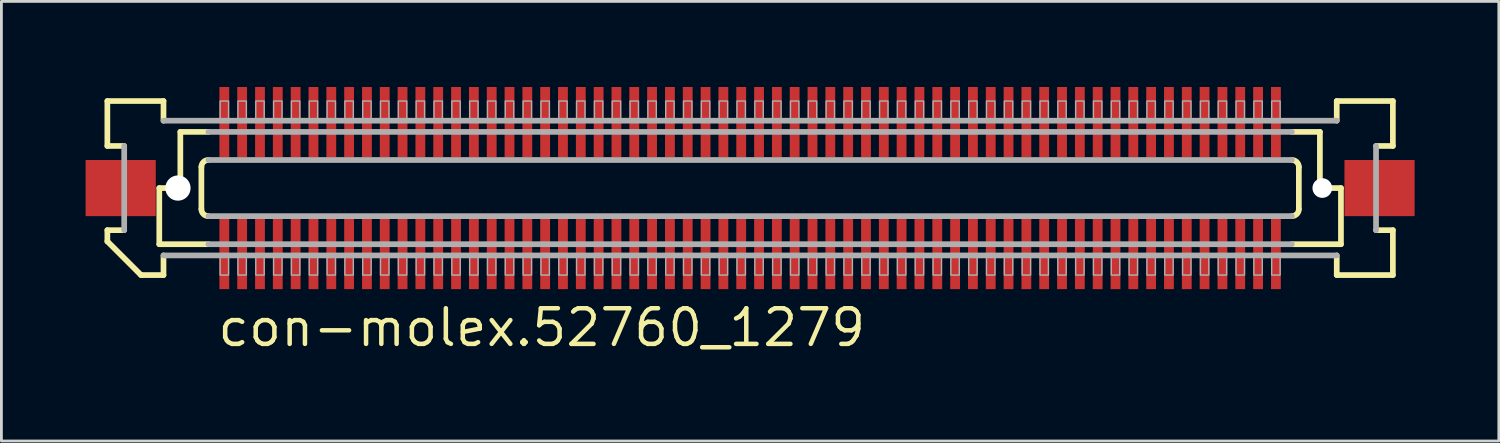
<source format=kicad_pcb>
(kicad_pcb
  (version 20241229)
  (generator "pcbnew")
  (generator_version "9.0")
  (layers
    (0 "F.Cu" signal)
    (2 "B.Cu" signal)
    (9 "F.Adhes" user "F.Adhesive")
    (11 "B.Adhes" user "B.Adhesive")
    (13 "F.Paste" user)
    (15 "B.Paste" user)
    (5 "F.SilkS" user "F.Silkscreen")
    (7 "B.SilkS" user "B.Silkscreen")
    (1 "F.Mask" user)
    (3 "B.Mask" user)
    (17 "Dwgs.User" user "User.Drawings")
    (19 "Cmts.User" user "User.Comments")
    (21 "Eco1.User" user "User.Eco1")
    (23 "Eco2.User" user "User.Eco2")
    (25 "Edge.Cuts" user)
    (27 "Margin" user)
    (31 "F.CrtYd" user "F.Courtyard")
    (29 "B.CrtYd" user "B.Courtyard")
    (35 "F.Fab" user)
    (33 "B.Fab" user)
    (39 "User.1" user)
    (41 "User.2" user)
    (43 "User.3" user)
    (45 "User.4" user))
  (footprint "con-molex.52760_1279"
    (layer "F.Cu")
    (at 23.675 3.65)
    (property "Reference" "con-molex.52760_1279" (at -19.05 5.715 0) (layer "F.SilkS") (effects (font (size 1.27 1.27) (thickness 0.16)) (justify left bottom)))
    (attr smd)
    (fp_rect (start -18.933 -1.075) (end -18.532 -3.625) (stroke (width 0.05) (type default)) (fill yes) (layer "F.Mask"))
    (fp_rect (start -18.933 3.625) (end -18.532 1.075) (stroke (width 0.05) (type default)) (fill yes) (layer "F.Mask"))
    (fp_rect (start -18.297 -1.075) (end -17.898 -3.625) (stroke (width 0.05) (type default)) (fill yes) (layer "F.Mask"))
    (fp_rect (start -18.297 3.625) (end -17.898 1.075) (stroke (width 0.05) (type default)) (fill yes) (layer "F.Mask"))
    (fp_rect (start -17.663 -1.075) (end -17.262 -3.625) (stroke (width 0.05) (type default)) (fill yes) (layer "F.Mask"))
    (fp_rect (start -17.663 3.625) (end -17.262 1.075) (stroke (width 0.05) (type default)) (fill yes) (layer "F.Mask"))
    (fp_rect (start -17.027 -1.075) (end -16.628 -3.625) (stroke (width 0.05) (type default)) (fill yes) (layer "F.Mask"))
    (fp_rect (start -17.027 3.625) (end -16.628 1.075) (stroke (width 0.05) (type default)) (fill yes) (layer "F.Mask"))
    (fp_rect (start -16.392 -1.075) (end -15.992 -3.625) (stroke (width 0.05) (type default)) (fill yes) (layer "F.Mask"))
    (fp_rect (start -16.392 3.625) (end -15.992 1.075) (stroke (width 0.05) (type default)) (fill yes) (layer "F.Mask"))
    (fp_rect (start -15.758 -1.075) (end -15.357 -3.625) (stroke (width 0.05) (type default)) (fill yes) (layer "F.Mask"))
    (fp_rect (start -15.758 3.625) (end -15.357 1.075) (stroke (width 0.05) (type default)) (fill yes) (layer "F.Mask"))
    (fp_rect (start -15.123 -1.075) (end -14.723 -3.625) (stroke (width 0.05) (type default)) (fill yes) (layer "F.Mask"))
    (fp_rect (start -15.123 3.625) (end -14.723 1.075) (stroke (width 0.05) (type default)) (fill yes) (layer "F.Mask"))
    (fp_rect (start -14.488 -1.075) (end -14.088 -3.625) (stroke (width 0.05) (type default)) (fill yes) (layer "F.Mask"))
    (fp_rect (start -14.488 3.625) (end -14.088 1.075) (stroke (width 0.05) (type default)) (fill yes) (layer "F.Mask"))
    (fp_rect (start -13.852 -1.075) (end -13.453 -3.625) (stroke (width 0.05) (type default)) (fill yes) (layer "F.Mask"))
    (fp_rect (start -13.852 3.625) (end -13.453 1.075) (stroke (width 0.05) (type default)) (fill yes) (layer "F.Mask"))
    (fp_rect (start -13.217 -1.075) (end -12.818 -3.625) (stroke (width 0.05) (type default)) (fill yes) (layer "F.Mask"))
    (fp_rect (start -13.217 3.625) (end -12.818 1.075) (stroke (width 0.05) (type default)) (fill yes) (layer "F.Mask"))
    (fp_rect (start -12.582 -1.075) (end -12.182 -3.625) (stroke (width 0.05) (type default)) (fill yes) (layer "F.Mask"))
    (fp_rect (start -12.582 3.625) (end -12.182 1.075) (stroke (width 0.05) (type default)) (fill yes) (layer "F.Mask"))
    (fp_rect (start -11.947 -1.075) (end -11.547 -3.625) (stroke (width 0.05) (type default)) (fill yes) (layer "F.Mask"))
    (fp_rect (start -11.947 3.625) (end -11.547 1.075) (stroke (width 0.05) (type default)) (fill yes) (layer "F.Mask"))
    (fp_rect (start -11.312 -1.075) (end -10.912 -3.625) (stroke (width 0.05) (type default)) (fill yes) (layer "F.Mask"))
    (fp_rect (start -11.312 3.625) (end -10.912 1.075) (stroke (width 0.05) (type default)) (fill yes) (layer "F.Mask"))
    (fp_rect (start -10.678 -1.075) (end -10.277 -3.625) (stroke (width 0.05) (type default)) (fill yes) (layer "F.Mask"))
    (fp_rect (start -10.678 3.625) (end -10.277 1.075) (stroke (width 0.05) (type default)) (fill yes) (layer "F.Mask"))
    (fp_rect (start -10.043 -1.075) (end -9.643 -3.625) (stroke (width 0.05) (type default)) (fill yes) (layer "F.Mask"))
    (fp_rect (start -10.043 3.625) (end -9.643 1.075) (stroke (width 0.05) (type default)) (fill yes) (layer "F.Mask"))
    (fp_rect (start -9.408 -1.075) (end -9.008 -3.625) (stroke (width 0.05) (type default)) (fill yes) (layer "F.Mask"))
    (fp_rect (start -9.408 3.625) (end -9.008 1.075) (stroke (width 0.05) (type default)) (fill yes) (layer "F.Mask"))
    (fp_rect (start -8.773 -1.075) (end -8.373 -3.625) (stroke (width 0.05) (type default)) (fill yes) (layer "F.Mask"))
    (fp_rect (start -8.773 3.625) (end -8.373 1.075) (stroke (width 0.05) (type default)) (fill yes) (layer "F.Mask"))
    (fp_rect (start -8.137 -1.075) (end -7.737 -3.625) (stroke (width 0.05) (type default)) (fill yes) (layer "F.Mask"))
    (fp_rect (start -8.137 3.625) (end -7.737 1.075) (stroke (width 0.05) (type default)) (fill yes) (layer "F.Mask"))
    (fp_rect (start -7.503 -1.075) (end -7.103 -3.625) (stroke (width 0.05) (type default)) (fill yes) (layer "F.Mask"))
    (fp_rect (start -7.503 3.625) (end -7.103 1.075) (stroke (width 0.05) (type default)) (fill yes) (layer "F.Mask"))
    (fp_rect (start -6.867 -1.075) (end -6.468 -3.625) (stroke (width 0.05) (type default)) (fill yes) (layer "F.Mask"))
    (fp_rect (start -6.867 3.625) (end -6.468 1.075) (stroke (width 0.05) (type default)) (fill yes) (layer "F.Mask"))
    (fp_rect (start -6.232 -1.075) (end -5.832 -3.625) (stroke (width 0.05) (type default)) (fill yes) (layer "F.Mask"))
    (fp_rect (start -6.232 3.625) (end -5.832 1.075) (stroke (width 0.05) (type default)) (fill yes) (layer "F.Mask"))
    (fp_rect (start -5.598 -1.075) (end -5.197 -3.625) (stroke (width 0.05) (type default)) (fill yes) (layer "F.Mask"))
    (fp_rect (start -5.598 3.625) (end -5.197 1.075) (stroke (width 0.05) (type default)) (fill yes) (layer "F.Mask"))
    (fp_rect (start -4.963 -1.075) (end -4.562 -3.625) (stroke (width 0.05) (type default)) (fill yes) (layer "F.Mask"))
    (fp_rect (start -4.963 3.625) (end -4.562 1.075) (stroke (width 0.05) (type default)) (fill yes) (layer "F.Mask"))
    (fp_rect (start -4.327 -1.075) (end -3.928 -3.625) (stroke (width 0.05) (type default)) (fill yes) (layer "F.Mask"))
    (fp_rect (start -4.327 3.625) (end -3.928 1.075) (stroke (width 0.05) (type default)) (fill yes) (layer "F.Mask"))
    (fp_rect (start -3.692 -1.075) (end -3.292 -3.625) (stroke (width 0.05) (type default)) (fill yes) (layer "F.Mask"))
    (fp_rect (start -3.692 3.625) (end -3.292 1.075) (stroke (width 0.05) (type default)) (fill yes) (layer "F.Mask"))
    (fp_rect (start -3.058 -1.075) (end -2.658 -3.625) (stroke (width 0.05) (type default)) (fill yes) (layer "F.Mask"))
    (fp_rect (start -3.058 3.625) (end -2.658 1.075) (stroke (width 0.05) (type default)) (fill yes) (layer "F.Mask"))
    (fp_rect (start -2.422 -1.075) (end -2.022 -3.625) (stroke (width 0.05) (type default)) (fill yes) (layer "F.Mask"))
    (fp_rect (start -2.422 3.625) (end -2.022 1.075) (stroke (width 0.05) (type default)) (fill yes) (layer "F.Mask"))
    (fp_rect (start -1.788 -1.075) (end -1.387 -3.625) (stroke (width 0.05) (type default)) (fill yes) (layer "F.Mask"))
    (fp_rect (start -1.788 3.625) (end -1.387 1.075) (stroke (width 0.05) (type default)) (fill yes) (layer "F.Mask"))
    (fp_rect (start -1.153 -1.075) (end -0.752 -3.625) (stroke (width 0.05) (type default)) (fill yes) (layer "F.Mask"))
    (fp_rect (start -1.153 3.625) (end -0.752 1.075) (stroke (width 0.05) (type default)) (fill yes) (layer "F.Mask"))
    (fp_rect (start -0.517 -1.075) (end -0.117 -3.625) (stroke (width 0.05) (type default)) (fill yes) (layer "F.Mask"))
    (fp_rect (start -0.517 3.625) (end -0.117 1.075) (stroke (width 0.05) (type default)) (fill yes) (layer "F.Mask"))
    (fp_rect (start 0.117 -1.075) (end 0.517 -3.625) (stroke (width 0.05) (type default)) (fill yes) (layer "F.Mask"))
    (fp_rect (start 0.117 3.625) (end 0.517 1.075) (stroke (width 0.05) (type default)) (fill yes) (layer "F.Mask"))
    (fp_rect (start 0.752 -1.075) (end 1.153 -3.625) (stroke (width 0.05) (type default)) (fill yes) (layer "F.Mask"))
    (fp_rect (start 0.752 3.625) (end 1.153 1.075) (stroke (width 0.05) (type default)) (fill yes) (layer "F.Mask"))
    (fp_rect (start 1.387 -1.075) (end 1.788 -3.625) (stroke (width 0.05) (type default)) (fill yes) (layer "F.Mask"))
    (fp_rect (start 1.387 3.625) (end 1.788 1.075) (stroke (width 0.05) (type default)) (fill yes) (layer "F.Mask"))
    (fp_rect (start 2.022 -1.075) (end 2.422 -3.625) (stroke (width 0.05) (type default)) (fill yes) (layer "F.Mask"))
    (fp_rect (start 2.022 3.625) (end 2.422 1.075) (stroke (width 0.05) (type default)) (fill yes) (layer "F.Mask"))
    (fp_rect (start 2.658 -1.075) (end 3.058 -3.625) (stroke (width 0.05) (type default)) (fill yes) (layer "F.Mask"))
    (fp_rect (start 2.658 3.625) (end 3.058 1.075) (stroke (width 0.05) (type default)) (fill yes) (layer "F.Mask"))
    (fp_rect (start 3.292 -1.075) (end 3.692 -3.625) (stroke (width 0.05) (type default)) (fill yes) (layer "F.Mask"))
    (fp_rect (start 3.292 3.625) (end 3.692 1.075) (stroke (width 0.05) (type default)) (fill yes) (layer "F.Mask"))
    (fp_rect (start 3.928 -1.075) (end 4.327 -3.625) (stroke (width 0.05) (type default)) (fill yes) (layer "F.Mask"))
    (fp_rect (start 3.928 3.625) (end 4.327 1.075) (stroke (width 0.05) (type default)) (fill yes) (layer "F.Mask"))
    (fp_rect (start 4.562 -1.075) (end 4.963 -3.625) (stroke (width 0.05) (type default)) (fill yes) (layer "F.Mask"))
    (fp_rect (start 4.562 3.625) (end 4.963 1.075) (stroke (width 0.05) (type default)) (fill yes) (layer "F.Mask"))
    (fp_rect (start 5.197 -1.075) (end 5.598 -3.625) (stroke (width 0.05) (type default)) (fill yes) (layer "F.Mask"))
    (fp_rect (start 5.197 3.625) (end 5.598 1.075) (stroke (width 0.05) (type default)) (fill yes) (layer "F.Mask"))
    (fp_rect (start 5.832 -1.075) (end 6.232 -3.625) (stroke (width 0.05) (type default)) (fill yes) (layer "F.Mask"))
    (fp_rect (start 5.832 3.625) (end 6.232 1.075) (stroke (width 0.05) (type default)) (fill yes) (layer "F.Mask"))
    (fp_rect (start 6.468 -1.075) (end 6.867 -3.625) (stroke (width 0.05) (type default)) (fill yes) (layer "F.Mask"))
    (fp_rect (start 6.468 3.625) (end 6.867 1.075) (stroke (width 0.05) (type default)) (fill yes) (layer "F.Mask"))
    (fp_rect (start 7.103 -1.075) (end 7.503 -3.625) (stroke (width 0.05) (type default)) (fill yes) (layer "F.Mask"))
    (fp_rect (start 7.103 3.625) (end 7.503 1.075) (stroke (width 0.05) (type default)) (fill yes) (layer "F.Mask"))
    (fp_rect (start 7.737 -1.075) (end 8.137 -3.625) (stroke (width 0.05) (type default)) (fill yes) (layer "F.Mask"))
    (fp_rect (start 7.737 3.625) (end 8.137 1.075) (stroke (width 0.05) (type default)) (fill yes) (layer "F.Mask"))
    (fp_rect (start 8.373 -1.075) (end 8.773 -3.625) (stroke (width 0.05) (type default)) (fill yes) (layer "F.Mask"))
    (fp_rect (start 8.373 3.625) (end 8.773 1.075) (stroke (width 0.05) (type default)) (fill yes) (layer "F.Mask"))
    (fp_rect (start 9.008 -1.075) (end 9.408 -3.625) (stroke (width 0.05) (type default)) (fill yes) (layer "F.Mask"))
    (fp_rect (start 9.008 3.625) (end 9.408 1.075) (stroke (width 0.05) (type default)) (fill yes) (layer "F.Mask"))
    (fp_rect (start 9.643 -1.075) (end 10.043 -3.625) (stroke (width 0.05) (type default)) (fill yes) (layer "F.Mask"))
    (fp_rect (start 9.643 3.625) (end 10.043 1.075) (stroke (width 0.05) (type default)) (fill yes) (layer "F.Mask"))
    (fp_rect (start 10.277 -1.075) (end 10.678 -3.625) (stroke (width 0.05) (type default)) (fill yes) (layer "F.Mask"))
    (fp_rect (start 10.277 3.625) (end 10.678 1.075) (stroke (width 0.05) (type default)) (fill yes) (layer "F.Mask"))
    (fp_rect (start 10.912 -1.075) (end 11.312 -3.625) (stroke (width 0.05) (type default)) (fill yes) (layer "F.Mask"))
    (fp_rect (start 10.912 3.625) (end 11.312 1.075) (stroke (width 0.05) (type default)) (fill yes) (layer "F.Mask"))
    (fp_rect (start 11.547 -1.075) (end 11.947 -3.625) (stroke (width 0.05) (type default)) (fill yes) (layer "F.Mask"))
    (fp_rect (start 11.547 3.625) (end 11.947 1.075) (stroke (width 0.05) (type default)) (fill yes) (layer "F.Mask"))
    (fp_rect (start 12.182 -1.075) (end 12.582 -3.625) (stroke (width 0.05) (type default)) (fill yes) (layer "F.Mask"))
    (fp_rect (start 12.182 3.625) (end 12.582 1.075) (stroke (width 0.05) (type default)) (fill yes) (layer "F.Mask"))
    (fp_rect (start 12.818 -1.075) (end 13.217 -3.625) (stroke (width 0.05) (type default)) (fill yes) (layer "F.Mask"))
    (fp_rect (start 12.818 3.625) (end 13.217 1.075) (stroke (width 0.05) (type default)) (fill yes) (layer "F.Mask"))
    (fp_rect (start 13.453 -1.075) (end 13.852 -3.625) (stroke (width 0.05) (type default)) (fill yes) (layer "F.Mask"))
    (fp_rect (start 13.453 3.625) (end 13.852 1.075) (stroke (width 0.05) (type default)) (fill yes) (layer "F.Mask"))
    (fp_rect (start 14.088 -1.075) (end 14.488 -3.625) (stroke (width 0.05) (type default)) (fill yes) (layer "F.Mask"))
    (fp_rect (start 14.088 3.625) (end 14.488 1.075) (stroke (width 0.05) (type default)) (fill yes) (layer "F.Mask"))
    (fp_rect (start 14.723 -1.075) (end 15.123 -3.625) (stroke (width 0.05) (type default)) (fill yes) (layer "F.Mask"))
    (fp_rect (start 14.723 3.625) (end 15.123 1.075) (stroke (width 0.05) (type default)) (fill yes) (layer "F.Mask"))
    (fp_rect (start 15.357 -1.075) (end 15.758 -3.625) (stroke (width 0.05) (type default)) (fill yes) (layer "F.Mask"))
    (fp_rect (start 15.357 3.625) (end 15.758 1.075) (stroke (width 0.05) (type default)) (fill yes) (layer "F.Mask"))
    (fp_rect (start 15.992 -1.075) (end 16.392 -3.625) (stroke (width 0.05) (type default)) (fill yes) (layer "F.Mask"))
    (fp_rect (start 15.992 3.625) (end 16.392 1.075) (stroke (width 0.05) (type default)) (fill yes) (layer "F.Mask"))
    (fp_rect (start 16.628 -1.075) (end 17.027 -3.625) (stroke (width 0.05) (type default)) (fill yes) (layer "F.Mask"))
    (fp_rect (start 16.628 3.625) (end 17.027 1.075) (stroke (width 0.05) (type default)) (fill yes) (layer "F.Mask"))
    (fp_rect (start 17.262 -1.075) (end 17.663 -3.625) (stroke (width 0.05) (type default)) (fill yes) (layer "F.Mask"))
    (fp_rect (start 17.262 3.625) (end 17.663 1.075) (stroke (width 0.05) (type default)) (fill yes) (layer "F.Mask"))
    (fp_rect (start 17.898 -1.075) (end 18.297 -3.625) (stroke (width 0.05) (type default)) (fill yes) (layer "F.Mask"))
    (fp_rect (start 17.898 3.625) (end 18.297 1.075) (stroke (width 0.05) (type default)) (fill yes) (layer "F.Mask"))
    (fp_rect (start 18.532 -1.075) (end 18.933 -3.625) (stroke (width 0.05) (type default)) (fill yes) (layer "F.Mask"))
    (fp_rect (start 18.532 3.625) (end 18.933 1.075) (stroke (width 0.05) (type default)) (fill yes) (layer "F.Mask"))
    (fp_line (start -22.9 -3.1) (end -20.9 -3.1) (stroke (width 0.203) (type default)) (layer "F.SilkS"))
    (fp_line (start -22.9 -1.5) (end -22.9 -3.1) (stroke (width 0.203) (type default)) (layer "F.SilkS"))
    (fp_line (start -22.9 1.5) (end -22.3 1.5) (stroke (width 0.203) (type default)) (layer "F.SilkS"))
    (fp_line (start -22.9 1.9) (end -22.9 1.5) (stroke (width 0.203) (type default)) (layer "F.SilkS"))
    (fp_line (start -22.3 -1.5) (end -22.9 -1.5) (stroke (width 0.203) (type default)) (layer "F.SilkS"))
    (fp_line (start -21.7 3.1) (end -22.9 1.9) (stroke (width 0.203) (type default)) (layer "F.SilkS"))
    (fp_line (start -21.05 0) (end -21.05 2) (stroke (width 0.203) (type default)) (layer "F.SilkS"))
    (fp_line (start -21.05 2) (end -19.3 2) (stroke (width 0.203) (type default)) (layer "F.SilkS"))
    (fp_line (start -20.9 -3.1) (end -20.9 -2.4) (stroke (width 0.203) (type default)) (layer "F.SilkS"))
    (fp_line (start -20.9 2.4) (end -20.9 3.1) (stroke (width 0.203) (type default)) (layer "F.SilkS"))
    (fp_line (start -20.9 3.1) (end -21.7 3.1) (stroke (width 0.203) (type default)) (layer "F.SilkS"))
    (fp_line (start -20.3 -2) (end -20.3 0) (stroke (width 0.203) (type default)) (layer "F.SilkS"))
    (fp_line (start -20.3 0) (end -21.05 0) (stroke (width 0.203) (type default)) (layer "F.SilkS"))
    (fp_line (start -19.55 0.75) (end -19.55 -0.75) (stroke (width 0.203) (type default)) (layer "F.SilkS"))
    (fp_line (start -19.3 -2) (end -20.3 -2) (stroke (width 0.203) (type default)) (layer "F.SilkS"))
    (fp_line (start 19.3 2) (end 21.05 2) (stroke (width 0.203) (type default)) (layer "F.SilkS"))
    (fp_line (start 19.55 -0.75) (end 19.55 0.75) (stroke (width 0.203) (type default)) (layer "F.SilkS"))
    (fp_line (start 20.3 -2) (end 19.3 -2) (stroke (width 0.203) (type default)) (layer "F.SilkS"))
    (fp_line (start 20.3 -2) (end 20.3 0) (stroke (width 0.203) (type default)) (layer "F.SilkS"))
    (fp_line (start 20.9 -3.1) (end 22.9 -3.1) (stroke (width 0.203) (type default)) (layer "F.SilkS"))
    (fp_line (start 20.9 -2.4) (end 20.9 -3.1) (stroke (width 0.203) (type default)) (layer "F.SilkS"))
    (fp_line (start 20.9 3.1) (end 20.9 2.4) (stroke (width 0.203) (type default)) (layer "F.SilkS"))
    (fp_line (start 21.05 0) (end 20.3 0) (stroke (width 0.203) (type default)) (layer "F.SilkS"))
    (fp_line (start 21.05 0) (end 21.05 2) (stroke (width 0.203) (type default)) (layer "F.SilkS"))
    (fp_line (start 22.3 1.5) (end 22.9 1.5) (stroke (width 0.203) (type default)) (layer "F.SilkS"))
    (fp_line (start 22.9 -3.1) (end 22.9 -1.5) (stroke (width 0.203) (type default)) (layer "F.SilkS"))
    (fp_line (start 22.9 -1.5) (end 22.3 -1.5) (stroke (width 0.203) (type default)) (layer "F.SilkS"))
    (fp_line (start 22.9 1.5) (end 22.9 3.1) (stroke (width 0.203) (type default)) (layer "F.SilkS"))
    (fp_line (start 22.9 3.1) (end 20.9 3.1) (stroke (width 0.203) (type default)) (layer "F.SilkS"))
    (fp_arc (start -19.55 -0.75) (mid -19.476777 -0.926777) (end -19.3 -1) (stroke (width 0.2032) (type default)) (layer "F.SilkS"))
    (fp_arc (start -19.3 1) (mid -19.476777 0.926777) (end -19.55 0.75) (stroke (width 0.2032) (type default)) (layer "F.SilkS"))
    (fp_arc (start 19.3 -1) (mid 19.476777 -0.926777) (end 19.55 -0.75) (stroke (width 0.2032) (type default)) (layer "F.SilkS"))
    (fp_arc (start 19.55 0.75) (mid 19.476777 0.926777) (end 19.3 1) (stroke (width 0.2032) (type default)) (layer "F.SilkS"))
    (fp_line (start -22.3 1.5) (end -22.3 -1.5) (stroke (width 0.203) (type default)) (layer "F.Fab"))
    (fp_line (start -20.9 -2.4) (end 20.9 -2.4) (stroke (width 0.203) (type default)) (layer "F.Fab"))
    (fp_line (start -19.3 -1) (end 19.3 -1) (stroke (width 0.203) (type default)) (layer "F.Fab"))
    (fp_line (start -19.3 2) (end 19.3 2) (stroke (width 0.203) (type default)) (layer "F.Fab"))
    (fp_line (start 19.3 -2) (end -19.3 -2) (stroke (width 0.203) (type default)) (layer "F.Fab"))
    (fp_line (start 19.3 1) (end -19.3 1) (stroke (width 0.203) (type default)) (layer "F.Fab"))
    (fp_line (start 20.9 2.4) (end -20.9 2.4) (stroke (width 0.203) (type default)) (layer "F.Fab"))
    (fp_line (start 22.3 -1.5) (end 22.3 1.5) (stroke (width 0.203) (type default)) (layer "F.Fab"))
    (fp_rect (start -18.883 -2.375) (end -18.582 -3.1) (stroke (width 0.05) (type default)) (fill no) (layer "F.Fab"))
    (fp_rect (start -18.883 3.1) (end -18.582 2.375) (stroke (width 0.05) (type default)) (fill no) (layer "F.Fab"))
    (fp_rect (start -18.247 -2.375) (end -17.948 -3.1) (stroke (width 0.05) (type default)) (fill no) (layer "F.Fab"))
    (fp_rect (start -18.247 3.1) (end -17.948 2.375) (stroke (width 0.05) (type default)) (fill no) (layer "F.Fab"))
    (fp_rect (start -17.613 -2.375) (end -17.312 -3.1) (stroke (width 0.05) (type default)) (fill no) (layer "F.Fab"))
    (fp_rect (start -17.613 3.1) (end -17.312 2.375) (stroke (width 0.05) (type default)) (fill no) (layer "F.Fab"))
    (fp_rect (start -16.977 -2.375) (end -16.677 -3.1) (stroke (width 0.05) (type default)) (fill no) (layer "F.Fab"))
    (fp_rect (start -16.977 3.1) (end -16.677 2.375) (stroke (width 0.05) (type default)) (fill no) (layer "F.Fab"))
    (fp_rect (start -16.343 -2.375) (end -16.043 -3.1) (stroke (width 0.05) (type default)) (fill no) (layer "F.Fab"))
    (fp_rect (start -16.343 3.1) (end -16.043 2.375) (stroke (width 0.05) (type default)) (fill no) (layer "F.Fab"))
    (fp_rect (start -15.707 -2.375) (end -15.408 -3.1) (stroke (width 0.05) (type default)) (fill no) (layer "F.Fab"))
    (fp_rect (start -15.707 3.1) (end -15.408 2.375) (stroke (width 0.05) (type default)) (fill no) (layer "F.Fab"))
    (fp_rect (start -15.072 -2.375) (end -14.773 -3.1) (stroke (width 0.05) (type default)) (fill no) (layer "F.Fab"))
    (fp_rect (start -15.072 3.1) (end -14.773 2.375) (stroke (width 0.05) (type default)) (fill no) (layer "F.Fab"))
    (fp_rect (start -14.438 -2.375) (end -14.137 -3.1) (stroke (width 0.05) (type default)) (fill no) (layer "F.Fab"))
    (fp_rect (start -14.438 3.1) (end -14.137 2.375) (stroke (width 0.05) (type default)) (fill no) (layer "F.Fab"))
    (fp_rect (start -13.803 -2.375) (end -13.502 -3.1) (stroke (width 0.05) (type default)) (fill no) (layer "F.Fab"))
    (fp_rect (start -13.803 3.1) (end -13.502 2.375) (stroke (width 0.05) (type default)) (fill no) (layer "F.Fab"))
    (fp_rect (start -13.168 -2.375) (end -12.867 -3.1) (stroke (width 0.05) (type default)) (fill no) (layer "F.Fab"))
    (fp_rect (start -13.168 3.1) (end -12.867 2.375) (stroke (width 0.05) (type default)) (fill no) (layer "F.Fab"))
    (fp_rect (start -12.533 -2.375) (end -12.232 -3.1) (stroke (width 0.05) (type default)) (fill no) (layer "F.Fab"))
    (fp_rect (start -12.533 3.1) (end -12.232 2.375) (stroke (width 0.05) (type default)) (fill no) (layer "F.Fab"))
    (fp_rect (start -11.898 -2.375) (end -11.598 -3.1) (stroke (width 0.05) (type default)) (fill no) (layer "F.Fab"))
    (fp_rect (start -11.898 3.1) (end -11.598 2.375) (stroke (width 0.05) (type default)) (fill no) (layer "F.Fab"))
    (fp_rect (start -11.262 -2.375) (end -10.963 -3.1) (stroke (width 0.05) (type default)) (fill no) (layer "F.Fab"))
    (fp_rect (start -11.262 3.1) (end -10.963 2.375) (stroke (width 0.05) (type default)) (fill no) (layer "F.Fab"))
    (fp_rect (start -10.627 -2.375) (end -10.328 -3.1) (stroke (width 0.05) (type default)) (fill no) (layer "F.Fab"))
    (fp_rect (start -10.627 3.1) (end -10.328 2.375) (stroke (width 0.05) (type default)) (fill no) (layer "F.Fab"))
    (fp_rect (start -9.992 -2.375) (end -9.693 -3.1) (stroke (width 0.05) (type default)) (fill no) (layer "F.Fab"))
    (fp_rect (start -9.992 3.1) (end -9.693 2.375) (stroke (width 0.05) (type default)) (fill no) (layer "F.Fab"))
    (fp_rect (start -9.357 -2.375) (end -9.057 -3.1) (stroke (width 0.05) (type default)) (fill no) (layer "F.Fab"))
    (fp_rect (start -9.357 3.1) (end -9.057 2.375) (stroke (width 0.05) (type default)) (fill no) (layer "F.Fab"))
    (fp_rect (start -8.723 -2.375) (end -8.422 -3.1) (stroke (width 0.05) (type default)) (fill no) (layer "F.Fab"))
    (fp_rect (start -8.723 3.1) (end -8.422 2.375) (stroke (width 0.05) (type default)) (fill no) (layer "F.Fab"))
    (fp_rect (start -8.088 -2.375) (end -7.787 -3.1) (stroke (width 0.05) (type default)) (fill no) (layer "F.Fab"))
    (fp_rect (start -8.088 3.1) (end -7.787 2.375) (stroke (width 0.05) (type default)) (fill no) (layer "F.Fab"))
    (fp_rect (start -7.452 -2.375) (end -7.152 -3.1) (stroke (width 0.05) (type default)) (fill no) (layer "F.Fab"))
    (fp_rect (start -7.452 3.1) (end -7.152 2.375) (stroke (width 0.05) (type default)) (fill no) (layer "F.Fab"))
    (fp_rect (start -6.817 -2.375) (end -6.518 -3.1) (stroke (width 0.05) (type default)) (fill no) (layer "F.Fab"))
    (fp_rect (start -6.817 3.1) (end -6.518 2.375) (stroke (width 0.05) (type default)) (fill no) (layer "F.Fab"))
    (fp_rect (start -6.183 -2.375) (end -5.883 -3.1) (stroke (width 0.05) (type default)) (fill no) (layer "F.Fab"))
    (fp_rect (start -6.183 3.1) (end -5.883 2.375) (stroke (width 0.05) (type default)) (fill no) (layer "F.Fab"))
    (fp_rect (start -5.548 -2.375) (end -5.247 -3.1) (stroke (width 0.05) (type default)) (fill no) (layer "F.Fab"))
    (fp_rect (start -5.548 3.1) (end -5.247 2.375) (stroke (width 0.05) (type default)) (fill no) (layer "F.Fab"))
    (fp_rect (start -4.912 -2.375) (end -4.612 -3.1) (stroke (width 0.05) (type default)) (fill no) (layer "F.Fab"))
    (fp_rect (start -4.912 3.1) (end -4.612 2.375) (stroke (width 0.05) (type default)) (fill no) (layer "F.Fab"))
    (fp_rect (start -4.277 -2.375) (end -3.978 -3.1) (stroke (width 0.05) (type default)) (fill no) (layer "F.Fab"))
    (fp_rect (start -4.277 3.1) (end -3.978 2.375) (stroke (width 0.05) (type default)) (fill no) (layer "F.Fab"))
    (fp_rect (start -3.643 -2.375) (end -3.342 -3.1) (stroke (width 0.05) (type default)) (fill no) (layer "F.Fab"))
    (fp_rect (start -3.643 3.1) (end -3.342 2.375) (stroke (width 0.05) (type default)) (fill no) (layer "F.Fab"))
    (fp_rect (start -3.007 -2.375) (end -2.708 -3.1) (stroke (width 0.05) (type default)) (fill no) (layer "F.Fab"))
    (fp_rect (start -3.007 3.1) (end -2.708 2.375) (stroke (width 0.05) (type default)) (fill no) (layer "F.Fab"))
    (fp_rect (start -2.373 -2.375) (end -2.072 -3.1) (stroke (width 0.05) (type default)) (fill no) (layer "F.Fab"))
    (fp_rect (start -2.373 3.1) (end -2.072 2.375) (stroke (width 0.05) (type default)) (fill no) (layer "F.Fab"))
    (fp_rect (start -1.738 -2.375) (end -1.438 -3.1) (stroke (width 0.05) (type default)) (fill no) (layer "F.Fab"))
    (fp_rect (start -1.738 3.1) (end -1.438 2.375) (stroke (width 0.05) (type default)) (fill no) (layer "F.Fab"))
    (fp_rect (start -1.103 -2.375) (end -0.802 -3.1) (stroke (width 0.05) (type default)) (fill no) (layer "F.Fab"))
    (fp_rect (start -1.103 3.1) (end -0.802 2.375) (stroke (width 0.05) (type default)) (fill no) (layer "F.Fab"))
    (fp_rect (start -0.468 -2.375) (end -0.168 -3.1) (stroke (width 0.05) (type default)) (fill no) (layer "F.Fab"))
    (fp_rect (start -0.468 3.1) (end -0.168 2.375) (stroke (width 0.05) (type default)) (fill no) (layer "F.Fab"))
    (fp_rect (start 0.168 -2.375) (end 0.468 -3.1) (stroke (width 0.05) (type default)) (fill no) (layer "F.Fab"))
    (fp_rect (start 0.168 3.1) (end 0.468 2.375) (stroke (width 0.05) (type default)) (fill no) (layer "F.Fab"))
    (fp_rect (start 0.802 -2.375) (end 1.103 -3.1) (stroke (width 0.05) (type default)) (fill no) (layer "F.Fab"))
    (fp_rect (start 0.802 3.1) (end 1.103 2.375) (stroke (width 0.05) (type default)) (fill no) (layer "F.Fab"))
    (fp_rect (start 1.438 -2.375) (end 1.738 -3.1) (stroke (width 0.05) (type default)) (fill no) (layer "F.Fab"))
    (fp_rect (start 1.438 3.1) (end 1.738 2.375) (stroke (width 0.05) (type default)) (fill no) (layer "F.Fab"))
    (fp_rect (start 2.072 -2.375) (end 2.373 -3.1) (stroke (width 0.05) (type default)) (fill no) (layer "F.Fab"))
    (fp_rect (start 2.072 3.1) (end 2.373 2.375) (stroke (width 0.05) (type default)) (fill no) (layer "F.Fab"))
    (fp_rect (start 2.708 -2.375) (end 3.007 -3.1) (stroke (width 0.05) (type default)) (fill no) (layer "F.Fab"))
    (fp_rect (start 2.708 3.1) (end 3.007 2.375) (stroke (width 0.05) (type default)) (fill no) (layer "F.Fab"))
    (fp_rect (start 3.342 -2.375) (end 3.643 -3.1) (stroke (width 0.05) (type default)) (fill no) (layer "F.Fab"))
    (fp_rect (start 3.342 3.1) (end 3.643 2.375) (stroke (width 0.05) (type default)) (fill no) (layer "F.Fab"))
    (fp_rect (start 3.978 -2.375) (end 4.277 -3.1) (stroke (width 0.05) (type default)) (fill no) (layer "F.Fab"))
    (fp_rect (start 3.978 3.1) (end 4.277 2.375) (stroke (width 0.05) (type default)) (fill no) (layer "F.Fab"))
    (fp_rect (start 4.612 -2.375) (end 4.912 -3.1) (stroke (width 0.05) (type default)) (fill no) (layer "F.Fab"))
    (fp_rect (start 4.612 3.1) (end 4.912 2.375) (stroke (width 0.05) (type default)) (fill no) (layer "F.Fab"))
    (fp_rect (start 5.247 -2.375) (end 5.548 -3.1) (stroke (width 0.05) (type default)) (fill no) (layer "F.Fab"))
    (fp_rect (start 5.247 3.1) (end 5.548 2.375) (stroke (width 0.05) (type default)) (fill no) (layer "F.Fab"))
    (fp_rect (start 5.883 -2.375) (end 6.183 -3.1) (stroke (width 0.05) (type default)) (fill no) (layer "F.Fab"))
    (fp_rect (start 5.883 3.1) (end 6.183 2.375) (stroke (width 0.05) (type default)) (fill no) (layer "F.Fab"))
    (fp_rect (start 6.518 -2.375) (end 6.817 -3.1) (stroke (width 0.05) (type default)) (fill no) (layer "F.Fab"))
    (fp_rect (start 6.518 3.1) (end 6.817 2.375) (stroke (width 0.05) (type default)) (fill no) (layer "F.Fab"))
    (fp_rect (start 7.152 -2.375) (end 7.452 -3.1) (stroke (width 0.05) (type default)) (fill no) (layer "F.Fab"))
    (fp_rect (start 7.152 3.1) (end 7.452 2.375) (stroke (width 0.05) (type default)) (fill no) (layer "F.Fab"))
    (fp_rect (start 7.787 -2.375) (end 8.088 -3.1) (stroke (width 0.05) (type default)) (fill no) (layer "F.Fab"))
    (fp_rect (start 7.787 3.1) (end 8.088 2.375) (stroke (width 0.05) (type default)) (fill no) (layer "F.Fab"))
    (fp_rect (start 8.422 -2.375) (end 8.723 -3.1) (stroke (width 0.05) (type default)) (fill no) (layer "F.Fab"))
    (fp_rect (start 8.422 3.1) (end 8.723 2.375) (stroke (width 0.05) (type default)) (fill no) (layer "F.Fab"))
    (fp_rect (start 9.057 -2.375) (end 9.357 -3.1) (stroke (width 0.05) (type default)) (fill no) (layer "F.Fab"))
    (fp_rect (start 9.057 3.1) (end 9.357 2.375) (stroke (width 0.05) (type default)) (fill no) (layer "F.Fab"))
    (fp_rect (start 9.693 -2.375) (end 9.992 -3.1) (stroke (width 0.05) (type default)) (fill no) (layer "F.Fab"))
    (fp_rect (start 9.693 3.1) (end 9.992 2.375) (stroke (width 0.05) (type default)) (fill no) (layer "F.Fab"))
    (fp_rect (start 10.328 -2.375) (end 10.627 -3.1) (stroke (width 0.05) (type default)) (fill no) (layer "F.Fab"))
    (fp_rect (start 10.328 3.1) (end 10.627 2.375) (stroke (width 0.05) (type default)) (fill no) (layer "F.Fab"))
    (fp_rect (start 10.963 -2.375) (end 11.262 -3.1) (stroke (width 0.05) (type default)) (fill no) (layer "F.Fab"))
    (fp_rect (start 10.963 3.1) (end 11.262 2.375) (stroke (width 0.05) (type default)) (fill no) (layer "F.Fab"))
    (fp_rect (start 11.598 -2.375) (end 11.898 -3.1) (stroke (width 0.05) (type default)) (fill no) (layer "F.Fab"))
    (fp_rect (start 11.598 3.1) (end 11.898 2.375) (stroke (width 0.05) (type default)) (fill no) (layer "F.Fab"))
    (fp_rect (start 12.232 -2.375) (end 12.533 -3.1) (stroke (width 0.05) (type default)) (fill no) (layer "F.Fab"))
    (fp_rect (start 12.232 3.1) (end 12.533 2.375) (stroke (width 0.05) (type default)) (fill no) (layer "F.Fab"))
    (fp_rect (start 12.867 -2.375) (end 13.168 -3.1) (stroke (width 0.05) (type default)) (fill no) (layer "F.Fab"))
    (fp_rect (start 12.867 3.1) (end 13.168 2.375) (stroke (width 0.05) (type default)) (fill no) (layer "F.Fab"))
    (fp_rect (start 13.502 -2.375) (end 13.803 -3.1) (stroke (width 0.05) (type default)) (fill no) (layer "F.Fab"))
    (fp_rect (start 13.502 3.1) (end 13.803 2.375) (stroke (width 0.05) (type default)) (fill no) (layer "F.Fab"))
    (fp_rect (start 14.137 -2.375) (end 14.438 -3.1) (stroke (width 0.05) (type default)) (fill no) (layer "F.Fab"))
    (fp_rect (start 14.137 3.1) (end 14.438 2.375) (stroke (width 0.05) (type default)) (fill no) (layer "F.Fab"))
    (fp_rect (start 14.773 -2.375) (end 15.072 -3.1) (stroke (width 0.05) (type default)) (fill no) (layer "F.Fab"))
    (fp_rect (start 14.773 3.1) (end 15.072 2.375) (stroke (width 0.05) (type default)) (fill no) (layer "F.Fab"))
    (fp_rect (start 15.408 -2.375) (end 15.707 -3.1) (stroke (width 0.05) (type default)) (fill no) (layer "F.Fab"))
    (fp_rect (start 15.408 3.1) (end 15.707 2.375) (stroke (width 0.05) (type default)) (fill no) (layer "F.Fab"))
    (fp_rect (start 16.043 -2.375) (end 16.343 -3.1) (stroke (width 0.05) (type default)) (fill no) (layer "F.Fab"))
    (fp_rect (start 16.043 3.1) (end 16.343 2.375) (stroke (width 0.05) (type default)) (fill no) (layer "F.Fab"))
    (fp_rect (start 16.677 -2.375) (end 16.977 -3.1) (stroke (width 0.05) (type default)) (fill no) (layer "F.Fab"))
    (fp_rect (start 16.677 3.1) (end 16.977 2.375) (stroke (width 0.05) (type default)) (fill no) (layer "F.Fab"))
    (fp_rect (start 17.312 -2.375) (end 17.613 -3.1) (stroke (width 0.05) (type default)) (fill no) (layer "F.Fab"))
    (fp_rect (start 17.312 3.1) (end 17.613 2.375) (stroke (width 0.05) (type default)) (fill no) (layer "F.Fab"))
    (fp_rect (start 17.948 -2.375) (end 18.247 -3.1) (stroke (width 0.05) (type default)) (fill no) (layer "F.Fab"))
    (fp_rect (start 17.948 3.1) (end 18.247 2.375) (stroke (width 0.05) (type default)) (fill no) (layer "F.Fab"))
    (fp_rect (start 18.582 -2.375) (end 18.883 -3.1) (stroke (width 0.05) (type default)) (fill no) (layer "F.Fab"))
    (fp_rect (start 18.582 3.1) (end 18.883 2.375) (stroke (width 0.05) (type default)) (fill no) (layer "F.Fab"))
    (pad "" np_thru_hole circle (at -20.385 0) (size 0.9 0.9) (drill 0.9) (layers "*.Cu" "*.Mask"))
    (pad "" np_thru_hole circle (at 20.385 0) (size 0.7 0.7) (drill 0.7) (layers "*.Cu" "*.Mask"))
    (pad "1" smd roundrect (at -18.733 2.35) (size 0.35 2.5) (layers "F.Cu" "F.Mask" "F.Paste") (roundrect_rratio 0.01))
    (pad "2" smd roundrect (at -18.733 -2.35 180) (size 0.35 2.5) (layers "F.Cu" "F.Mask" "F.Paste") (roundrect_rratio 0.01))
    (pad "3" smd roundrect (at -18.098 2.35) (size 0.35 2.5) (layers "F.Cu" "F.Mask" "F.Paste") (roundrect_rratio 0.01))
    (pad "4" smd roundrect (at -18.098 -2.35 180) (size 0.35 2.5) (layers "F.Cu" "F.Mask" "F.Paste") (roundrect_rratio 0.01))
    (pad "5" smd roundrect (at -17.462 2.35) (size 0.35 2.5) (layers "F.Cu" "F.Mask" "F.Paste") (roundrect_rratio 0.01))
    (pad "6" smd roundrect (at -17.462 -2.35 180) (size 0.35 2.5) (layers "F.Cu" "F.Mask" "F.Paste") (roundrect_rratio 0.01))
    (pad "7" smd roundrect (at -16.828 2.35) (size 0.35 2.5) (layers "F.Cu" "F.Mask" "F.Paste") (roundrect_rratio 0.01))
    (pad "8" smd roundrect (at -16.828 -2.35 180) (size 0.35 2.5) (layers "F.Cu" "F.Mask" "F.Paste") (roundrect_rratio 0.01))
    (pad "9" smd roundrect (at -16.192 2.35) (size 0.35 2.5) (layers "F.Cu" "F.Mask" "F.Paste") (roundrect_rratio 0.01))
    (pad "10" smd roundrect (at -16.192 -2.35 180) (size 0.35 2.5) (layers "F.Cu" "F.Mask" "F.Paste") (roundrect_rratio 0.01))
    (pad "11" smd roundrect (at -15.557 2.35) (size 0.35 2.5) (layers "F.Cu" "F.Mask" "F.Paste") (roundrect_rratio 0.01))
    (pad "12" smd roundrect (at -15.557 -2.35 180) (size 0.35 2.5) (layers "F.Cu" "F.Mask" "F.Paste") (roundrect_rratio 0.01))
    (pad "13" smd roundrect (at -14.922 2.35) (size 0.35 2.5) (layers "F.Cu" "F.Mask" "F.Paste") (roundrect_rratio 0.01))
    (pad "14" smd roundrect (at -14.922 -2.35 180) (size 0.35 2.5) (layers "F.Cu" "F.Mask" "F.Paste") (roundrect_rratio 0.01))
    (pad "15" smd roundrect (at -14.287 2.35) (size 0.35 2.5) (layers "F.Cu" "F.Mask" "F.Paste") (roundrect_rratio 0.01))
    (pad "16" smd roundrect (at -14.287 -2.35 180) (size 0.35 2.5) (layers "F.Cu" "F.Mask" "F.Paste") (roundrect_rratio 0.01))
    (pad "17" smd roundrect (at -13.652 2.35) (size 0.35 2.5) (layers "F.Cu" "F.Mask" "F.Paste") (roundrect_rratio 0.01))
    (pad "18" smd roundrect (at -13.652 -2.35 180) (size 0.35 2.5) (layers "F.Cu" "F.Mask" "F.Paste") (roundrect_rratio 0.01))
    (pad "19" smd roundrect (at -13.018 2.35) (size 0.35 2.5) (layers "F.Cu" "F.Mask" "F.Paste") (roundrect_rratio 0.01))
    (pad "20" smd roundrect (at -13.018 -2.35 180) (size 0.35 2.5) (layers "F.Cu" "F.Mask" "F.Paste") (roundrect_rratio 0.01))
    (pad "21" smd roundrect (at -12.383 2.35) (size 0.35 2.5) (layers "F.Cu" "F.Mask" "F.Paste") (roundrect_rratio 0.01))
    (pad "22" smd roundrect (at -12.383 -2.35 180) (size 0.35 2.5) (layers "F.Cu" "F.Mask" "F.Paste") (roundrect_rratio 0.01))
    (pad "23" smd roundrect (at -11.748 2.35) (size 0.35 2.5) (layers "F.Cu" "F.Mask" "F.Paste") (roundrect_rratio 0.01))
    (pad "24" smd roundrect (at -11.748 -2.35 180) (size 0.35 2.5) (layers "F.Cu" "F.Mask" "F.Paste") (roundrect_rratio 0.01))
    (pad "25" smd roundrect (at -11.113 2.35) (size 0.35 2.5) (layers "F.Cu" "F.Mask" "F.Paste") (roundrect_rratio 0.01))
    (pad "26" smd roundrect (at -11.113 -2.35 180) (size 0.35 2.5) (layers "F.Cu" "F.Mask" "F.Paste") (roundrect_rratio 0.01))
    (pad "27" smd roundrect (at -10.477 2.35) (size 0.35 2.5) (layers "F.Cu" "F.Mask" "F.Paste") (roundrect_rratio 0.01))
    (pad "28" smd roundrect (at -10.477 -2.35 180) (size 0.35 2.5) (layers "F.Cu" "F.Mask" "F.Paste") (roundrect_rratio 0.01))
    (pad "29" smd roundrect (at -9.842 2.35) (size 0.35 2.5) (layers "F.Cu" "F.Mask" "F.Paste") (roundrect_rratio 0.01))
    (pad "30" smd roundrect (at -9.842 -2.35 180) (size 0.35 2.5) (layers "F.Cu" "F.Mask" "F.Paste") (roundrect_rratio 0.01))
    (pad "31" smd roundrect (at -9.207 2.35) (size 0.35 2.5) (layers "F.Cu" "F.Mask" "F.Paste") (roundrect_rratio 0.01))
    (pad "32" smd roundrect (at -9.207 -2.35 180) (size 0.35 2.5) (layers "F.Cu" "F.Mask" "F.Paste") (roundrect_rratio 0.01))
    (pad "33" smd roundrect (at -8.572 2.35) (size 0.35 2.5) (layers "F.Cu" "F.Mask" "F.Paste") (roundrect_rratio 0.01))
    (pad "34" smd roundrect (at -8.572 -2.35 180) (size 0.35 2.5) (layers "F.Cu" "F.Mask" "F.Paste") (roundrect_rratio 0.01))
    (pad "35" smd roundrect (at -7.938 2.35) (size 0.35 2.5) (layers "F.Cu" "F.Mask" "F.Paste") (roundrect_rratio 0.01))
    (pad "36" smd roundrect (at -7.938 -2.35 180) (size 0.35 2.5) (layers "F.Cu" "F.Mask" "F.Paste") (roundrect_rratio 0.01))
    (pad "37" smd roundrect (at -7.303 2.35) (size 0.35 2.5) (layers "F.Cu" "F.Mask" "F.Paste") (roundrect_rratio 0.01))
    (pad "38" smd roundrect (at -7.303 -2.35 180) (size 0.35 2.5) (layers "F.Cu" "F.Mask" "F.Paste") (roundrect_rratio 0.01))
    (pad "39" smd roundrect (at -6.668 2.35) (size 0.35 2.5) (layers "F.Cu" "F.Mask" "F.Paste") (roundrect_rratio 0.01))
    (pad "40" smd roundrect (at -6.668 -2.35 180) (size 0.35 2.5) (layers "F.Cu" "F.Mask" "F.Paste") (roundrect_rratio 0.01))
    (pad "41" smd roundrect (at -6.032 2.35) (size 0.35 2.5) (layers "F.Cu" "F.Mask" "F.Paste") (roundrect_rratio 0.01))
    (pad "42" smd roundrect (at -6.032 -2.35 180) (size 0.35 2.5) (layers "F.Cu" "F.Mask" "F.Paste") (roundrect_rratio 0.01))
    (pad "43" smd roundrect (at -5.397 2.35) (size 0.35 2.5) (layers "F.Cu" "F.Mask" "F.Paste") (roundrect_rratio 0.01))
    (pad "44" smd roundrect (at -5.397 -2.35 180) (size 0.35 2.5) (layers "F.Cu" "F.Mask" "F.Paste") (roundrect_rratio 0.01))
    (pad "45" smd roundrect (at -4.763 2.35) (size 0.35 2.5) (layers "F.Cu" "F.Mask" "F.Paste") (roundrect_rratio 0.01))
    (pad "46" smd roundrect (at -4.763 -2.35 180) (size 0.35 2.5) (layers "F.Cu" "F.Mask" "F.Paste") (roundrect_rratio 0.01))
    (pad "47" smd roundrect (at -4.128 2.35) (size 0.35 2.5) (layers "F.Cu" "F.Mask" "F.Paste") (roundrect_rratio 0.01))
    (pad "48" smd roundrect (at -4.128 -2.35 180) (size 0.35 2.5) (layers "F.Cu" "F.Mask" "F.Paste") (roundrect_rratio 0.01))
    (pad "49" smd roundrect (at -3.493 2.35) (size 0.35 2.5) (layers "F.Cu" "F.Mask" "F.Paste") (roundrect_rratio 0.01))
    (pad "50" smd roundrect (at -3.493 -2.35 180) (size 0.35 2.5) (layers "F.Cu" "F.Mask" "F.Paste") (roundrect_rratio 0.01))
    (pad "51" smd roundrect (at -2.857 2.35) (size 0.35 2.5) (layers "F.Cu" "F.Mask" "F.Paste") (roundrect_rratio 0.01))
    (pad "52" smd roundrect (at -2.857 -2.35 180) (size 0.35 2.5) (layers "F.Cu" "F.Mask" "F.Paste") (roundrect_rratio 0.01))
    (pad "53" smd roundrect (at -2.223 2.35) (size 0.35 2.5) (layers "F.Cu" "F.Mask" "F.Paste") (roundrect_rratio 0.01))
    (pad "54" smd roundrect (at -2.223 -2.35 180) (size 0.35 2.5) (layers "F.Cu" "F.Mask" "F.Paste") (roundrect_rratio 0.01))
    (pad "55" smd roundrect (at -1.587 2.35) (size 0.35 2.5) (layers "F.Cu" "F.Mask" "F.Paste") (roundrect_rratio 0.01))
    (pad "56" smd roundrect (at -1.587 -2.35 180) (size 0.35 2.5) (layers "F.Cu" "F.Mask" "F.Paste") (roundrect_rratio 0.01))
    (pad "57" smd roundrect (at -0.953 2.35) (size 0.35 2.5) (layers "F.Cu" "F.Mask" "F.Paste") (roundrect_rratio 0.01))
    (pad "58" smd roundrect (at -0.953 -2.35 180) (size 0.35 2.5) (layers "F.Cu" "F.Mask" "F.Paste") (roundrect_rratio 0.01))
    (pad "59" smd roundrect (at -0.318 2.35) (size 0.35 2.5) (layers "F.Cu" "F.Mask" "F.Paste") (roundrect_rratio 0.01))
    (pad "60" smd roundrect (at -0.318 -2.35 180) (size 0.35 2.5) (layers "F.Cu" "F.Mask" "F.Paste") (roundrect_rratio 0.01))
    (pad "61" smd roundrect (at 0.318 2.35) (size 0.35 2.5) (layers "F.Cu" "F.Mask" "F.Paste") (roundrect_rratio 0.01))
    (pad "62" smd roundrect (at 0.318 -2.35 180) (size 0.35 2.5) (layers "F.Cu" "F.Mask" "F.Paste") (roundrect_rratio 0.01))
    (pad "63" smd roundrect (at 0.953 2.35) (size 0.35 2.5) (layers "F.Cu" "F.Mask" "F.Paste") (roundrect_rratio 0.01))
    (pad "64" smd roundrect (at 0.953 -2.35 180) (size 0.35 2.5) (layers "F.Cu" "F.Mask" "F.Paste") (roundrect_rratio 0.01))
    (pad "65" smd roundrect (at 1.587 2.35) (size 0.35 2.5) (layers "F.Cu" "F.Mask" "F.Paste") (roundrect_rratio 0.01))
    (pad "66" smd roundrect (at 1.587 -2.35 180) (size 0.35 2.5) (layers "F.Cu" "F.Mask" "F.Paste") (roundrect_rratio 0.01))
    (pad "67" smd roundrect (at 2.223 2.35) (size 0.35 2.5) (layers "F.Cu" "F.Mask" "F.Paste") (roundrect_rratio 0.01))
    (pad "68" smd roundrect (at 2.223 -2.35 180) (size 0.35 2.5) (layers "F.Cu" "F.Mask" "F.Paste") (roundrect_rratio 0.01))
    (pad "69" smd roundrect (at 2.857 2.35) (size 0.35 2.5) (layers "F.Cu" "F.Mask" "F.Paste") (roundrect_rratio 0.01))
    (pad "70" smd roundrect (at 2.857 -2.35 180) (size 0.35 2.5) (layers "F.Cu" "F.Mask" "F.Paste") (roundrect_rratio 0.01))
    (pad "71" smd roundrect (at 3.493 2.35) (size 0.35 2.5) (layers "F.Cu" "F.Mask" "F.Paste") (roundrect_rratio 0.01))
    (pad "72" smd roundrect (at 3.493 -2.35 180) (size 0.35 2.5) (layers "F.Cu" "F.Mask" "F.Paste") (roundrect_rratio 0.01))
    (pad "73" smd roundrect (at 4.128 2.35) (size 0.35 2.5) (layers "F.Cu" "F.Mask" "F.Paste") (roundrect_rratio 0.01))
    (pad "74" smd roundrect (at 4.128 -2.35 180) (size 0.35 2.5) (layers "F.Cu" "F.Mask" "F.Paste") (roundrect_rratio 0.01))
    (pad "75" smd roundrect (at 4.763 2.35) (size 0.35 2.5) (layers "F.Cu" "F.Mask" "F.Paste") (roundrect_rratio 0.01))
    (pad "76" smd roundrect (at 4.763 -2.35 180) (size 0.35 2.5) (layers "F.Cu" "F.Mask" "F.Paste") (roundrect_rratio 0.01))
    (pad "77" smd roundrect (at 5.397 2.35) (size 0.35 2.5) (layers "F.Cu" "F.Mask" "F.Paste") (roundrect_rratio 0.01))
    (pad "78" smd roundrect (at 5.397 -2.35 180) (size 0.35 2.5) (layers "F.Cu" "F.Mask" "F.Paste") (roundrect_rratio 0.01))
    (pad "79" smd roundrect (at 6.032 2.35) (size 0.35 2.5) (layers "F.Cu" "F.Mask" "F.Paste") (roundrect_rratio 0.01))
    (pad "80" smd roundrect (at 6.032 -2.35 180) (size 0.35 2.5) (layers "F.Cu" "F.Mask" "F.Paste") (roundrect_rratio 0.01))
    (pad "81" smd roundrect (at 6.668 2.35) (size 0.35 2.5) (layers "F.Cu" "F.Mask" "F.Paste") (roundrect_rratio 0.01))
    (pad "82" smd roundrect (at 6.668 -2.35 180) (size 0.35 2.5) (layers "F.Cu" "F.Mask" "F.Paste") (roundrect_rratio 0.01))
    (pad "83" smd roundrect (at 7.303 2.35) (size 0.35 2.5) (layers "F.Cu" "F.Mask" "F.Paste") (roundrect_rratio 0.01))
    (pad "84" smd roundrect (at 7.303 -2.35 180) (size 0.35 2.5) (layers "F.Cu" "F.Mask" "F.Paste") (roundrect_rratio 0.01))
    (pad "85" smd roundrect (at 7.938 2.35) (size 0.35 2.5) (layers "F.Cu" "F.Mask" "F.Paste") (roundrect_rratio 0.01))
    (pad "86" smd roundrect (at 7.938 -2.35 180) (size 0.35 2.5) (layers "F.Cu" "F.Mask" "F.Paste") (roundrect_rratio 0.01))
    (pad "87" smd roundrect (at 8.572 2.35) (size 0.35 2.5) (layers "F.Cu" "F.Mask" "F.Paste") (roundrect_rratio 0.01))
    (pad "88" smd roundrect (at 8.572 -2.35 180) (size 0.35 2.5) (layers "F.Cu" "F.Mask" "F.Paste") (roundrect_rratio 0.01))
    (pad "89" smd roundrect (at 9.207 2.35) (size 0.35 2.5) (layers "F.Cu" "F.Mask" "F.Paste") (roundrect_rratio 0.01))
    (pad "90" smd roundrect (at 9.207 -2.35 180) (size 0.35 2.5) (layers "F.Cu" "F.Mask" "F.Paste") (roundrect_rratio 0.01))
    (pad "91" smd roundrect (at 9.842 2.35) (size 0.35 2.5) (layers "F.Cu" "F.Mask" "F.Paste") (roundrect_rratio 0.01))
    (pad "92" smd roundrect (at 9.842 -2.35 180) (size 0.35 2.5) (layers "F.Cu" "F.Mask" "F.Paste") (roundrect_rratio 0.01))
    (pad "93" smd roundrect (at 10.477 2.35) (size 0.35 2.5) (layers "F.Cu" "F.Mask" "F.Paste") (roundrect_rratio 0.01))
    (pad "94" smd roundrect (at 10.477 -2.35 180) (size 0.35 2.5) (layers "F.Cu" "F.Mask" "F.Paste") (roundrect_rratio 0.01))
    (pad "95" smd roundrect (at 11.113 2.35) (size 0.35 2.5) (layers "F.Cu" "F.Mask" "F.Paste") (roundrect_rratio 0.01))
    (pad "96" smd roundrect (at 11.113 -2.35 180) (size 0.35 2.5) (layers "F.Cu" "F.Mask" "F.Paste") (roundrect_rratio 0.01))
    (pad "97" smd roundrect (at 11.748 2.35) (size 0.35 2.5) (layers "F.Cu" "F.Mask" "F.Paste") (roundrect_rratio 0.01))
    (pad "98" smd roundrect (at 11.748 -2.35 180) (size 0.35 2.5) (layers "F.Cu" "F.Mask" "F.Paste") (roundrect_rratio 0.01))
    (pad "99" smd roundrect (at 12.383 2.35) (size 0.35 2.5) (layers "F.Cu" "F.Mask" "F.Paste") (roundrect_rratio 0.01))
    (pad "100" smd roundrect (at 12.383 -2.35 180) (size 0.35 2.5) (layers "F.Cu" "F.Mask" "F.Paste") (roundrect_rratio 0.01))
    (pad "101" smd roundrect (at 13.018 2.35) (size 0.35 2.5) (layers "F.Cu" "F.Mask" "F.Paste") (roundrect_rratio 0.01))
    (pad "102" smd roundrect (at 13.018 -2.35 180) (size 0.35 2.5) (layers "F.Cu" "F.Mask" "F.Paste") (roundrect_rratio 0.01))
    (pad "103" smd roundrect (at 13.652 2.35) (size 0.35 2.5) (layers "F.Cu" "F.Mask" "F.Paste") (roundrect_rratio 0.01))
    (pad "104" smd roundrect (at 13.652 -2.35 180) (size 0.35 2.5) (layers "F.Cu" "F.Mask" "F.Paste") (roundrect_rratio 0.01))
    (pad "105" smd roundrect (at 14.287 2.35) (size 0.35 2.5) (layers "F.Cu" "F.Mask" "F.Paste") (roundrect_rratio 0.01))
    (pad "106" smd roundrect (at 14.287 -2.35 180) (size 0.35 2.5) (layers "F.Cu" "F.Mask" "F.Paste") (roundrect_rratio 0.01))
    (pad "107" smd roundrect (at 14.922 2.35) (size 0.35 2.5) (layers "F.Cu" "F.Mask" "F.Paste") (roundrect_rratio 0.01))
    (pad "108" smd roundrect (at 14.922 -2.35 180) (size 0.35 2.5) (layers "F.Cu" "F.Mask" "F.Paste") (roundrect_rratio 0.01))
    (pad "109" smd roundrect (at 15.557 2.35) (size 0.35 2.5) (layers "F.Cu" "F.Mask" "F.Paste") (roundrect_rratio 0.01))
    (pad "110" smd roundrect (at 15.557 -2.35 180) (size 0.35 2.5) (layers "F.Cu" "F.Mask" "F.Paste") (roundrect_rratio 0.01))
    (pad "111" smd roundrect (at 16.192 2.35) (size 0.35 2.5) (layers "F.Cu" "F.Mask" "F.Paste") (roundrect_rratio 0.01))
    (pad "112" smd roundrect (at 16.192 -2.35 180) (size 0.35 2.5) (layers "F.Cu" "F.Mask" "F.Paste") (roundrect_rratio 0.01))
    (pad "113" smd roundrect (at 16.828 2.35) (size 0.35 2.5) (layers "F.Cu" "F.Mask" "F.Paste") (roundrect_rratio 0.01))
    (pad "114" smd roundrect (at 16.828 -2.35 180) (size 0.35 2.5) (layers "F.Cu" "F.Mask" "F.Paste") (roundrect_rratio 0.01))
    (pad "115" smd roundrect (at 17.462 2.35) (size 0.35 2.5) (layers "F.Cu" "F.Mask" "F.Paste") (roundrect_rratio 0.01))
    (pad "116" smd roundrect (at 17.462 -2.35 180) (size 0.35 2.5) (layers "F.Cu" "F.Mask" "F.Paste") (roundrect_rratio 0.01))
    (pad "117" smd roundrect (at 18.098 2.35) (size 0.35 2.5) (layers "F.Cu" "F.Mask" "F.Paste") (roundrect_rratio 0.01))
    (pad "118" smd roundrect (at 18.098 -2.35 180) (size 0.35 2.5) (layers "F.Cu" "F.Mask" "F.Paste") (roundrect_rratio 0.01))
    (pad "119" smd roundrect (at 18.733 2.35) (size 0.35 2.5) (layers "F.Cu" "F.Mask" "F.Paste") (roundrect_rratio 0.01))
    (pad "120" smd roundrect (at 18.733 -2.35 180) (size 0.35 2.5) (layers "F.Cu" "F.Mask" "F.Paste") (roundrect_rratio 0.01))
    (pad "M1" smd roundrect (at -22.425 0) (size 2.5 2) (layers "F.Cu" "F.Mask" "F.Paste") (roundrect_rratio 0.01))
    (pad "M2" smd roundrect (at 22.425 0 180) (size 2.5 2) (layers "F.Cu" "F.Mask" "F.Paste") (roundrect_rratio 0.01)))
  (gr_rect
    (start -3 -3)
    (end 50.35 12.662)
    (stroke (width 0.1) (type default))
    (fill no)
    (layer "Edge.Cuts")))
</source>
